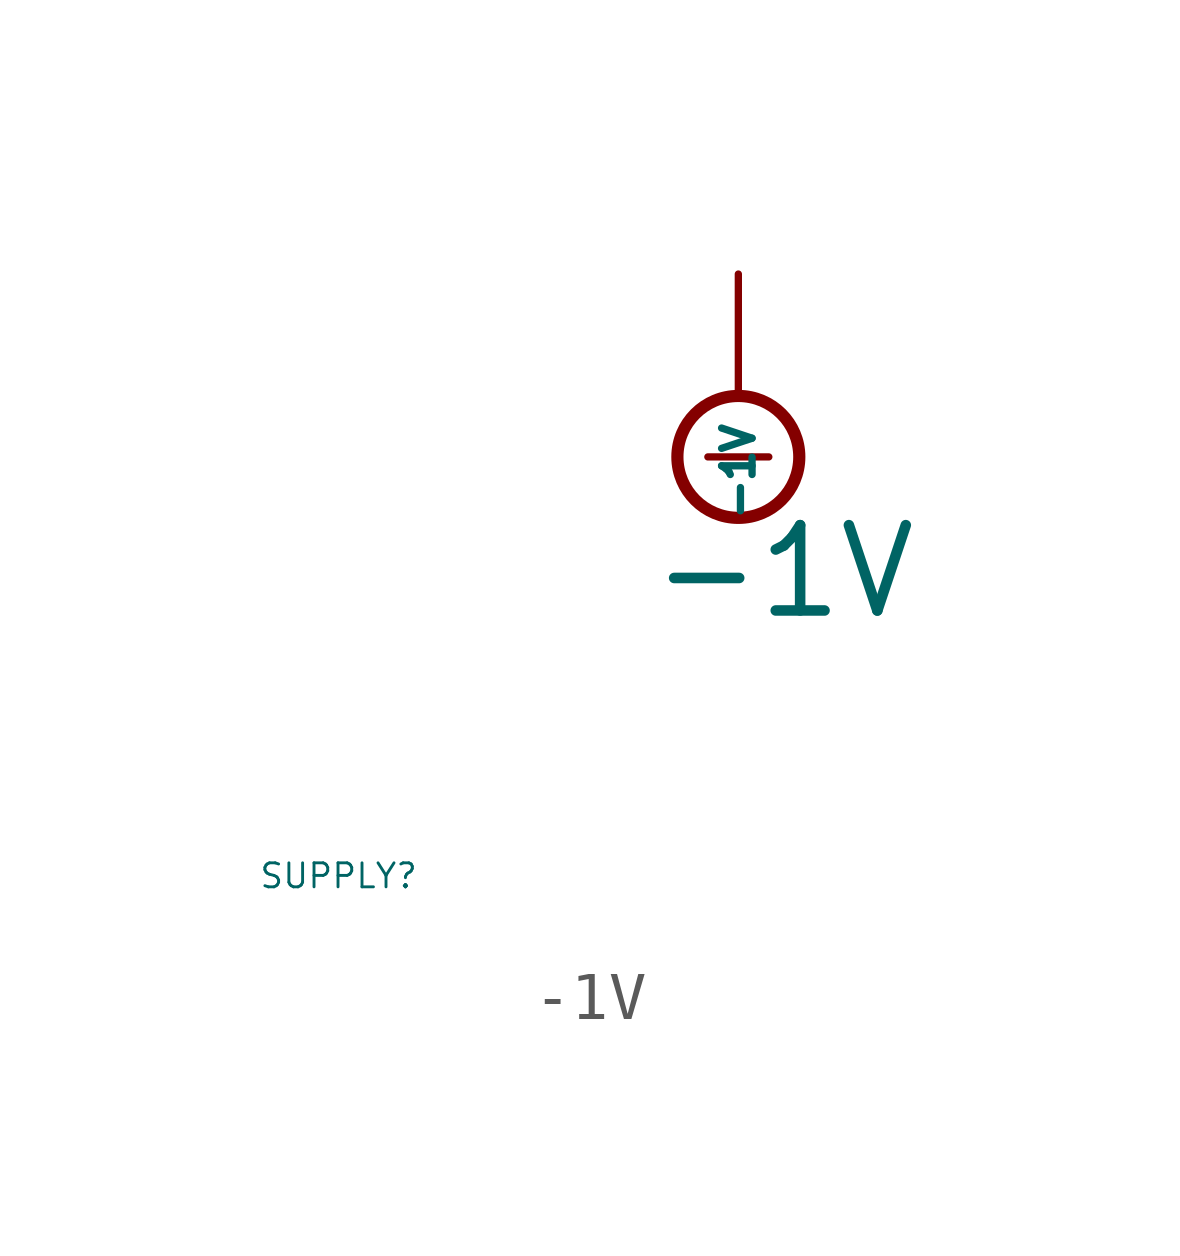
<source format=kicad_sym>
(kicad_symbol_lib
  (version 20220914)
  (generator Eagle2Kicad)
  (symbol "-1V"
    (property "Reference" "SUPPLY"
      (at -10 -10 0)
      (effects (font (size 0.5 0.5) (thickness 0.06)) (justify left)))
    (property "Value" "-1V"
      (at -1.905 -4.699 0)
      (effects (font (size 1.778 1.778) (thickness 0.22)) (justify left bottom)))
    (polyline
      (pts (xy -0.635 -1.27) (xy 0.635 -1.27))
      (stroke (width 0.152) (type default))
      (fill (type none)))
    (circle
      (center 0 -1.27)
      (radius 1.27)
      (stroke (width 0.254) (type default))
      (fill (type none)))
    (pin unspecified line
      (at 0 2.54 270)
      (length 2.54)
      (name "-1V" (effects (font (size 0.635 0.635) (thickness 0.08)) (justify left bottom)))
      (number "" (effects (font (size 0.635 0.635) (thickness 0.08)) (justify left bottom))))))
</source>
